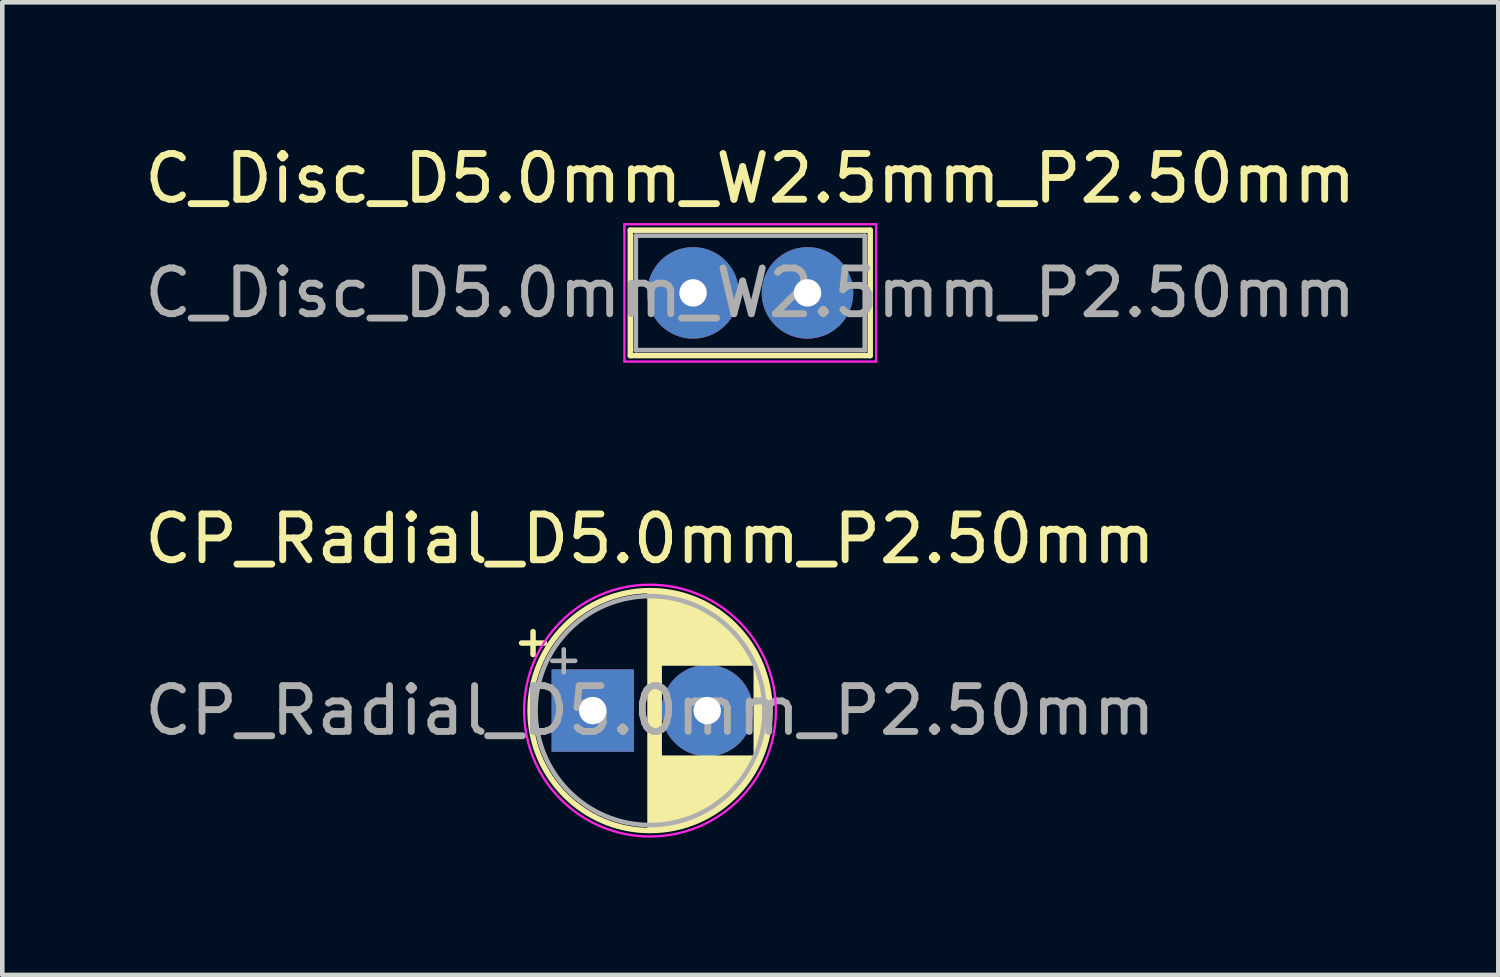
<source format=kicad_pcb>
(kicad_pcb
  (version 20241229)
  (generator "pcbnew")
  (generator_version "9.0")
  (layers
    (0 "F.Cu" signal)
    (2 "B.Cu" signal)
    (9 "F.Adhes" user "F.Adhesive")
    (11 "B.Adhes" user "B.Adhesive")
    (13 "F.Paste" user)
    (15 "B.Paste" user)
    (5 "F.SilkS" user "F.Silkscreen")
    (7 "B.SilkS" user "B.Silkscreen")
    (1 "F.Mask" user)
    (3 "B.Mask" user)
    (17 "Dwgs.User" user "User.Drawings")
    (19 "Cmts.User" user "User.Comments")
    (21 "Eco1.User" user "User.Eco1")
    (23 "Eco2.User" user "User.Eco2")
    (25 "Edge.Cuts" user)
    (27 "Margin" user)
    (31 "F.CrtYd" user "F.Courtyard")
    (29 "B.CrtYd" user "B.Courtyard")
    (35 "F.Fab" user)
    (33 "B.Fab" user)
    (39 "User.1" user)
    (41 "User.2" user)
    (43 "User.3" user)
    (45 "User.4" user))
  (footprint "CP_Radial_D5.0mm_P2.50mm"
    (layer "F.Cu")
    (at 9.899 12.472)
    (property "Reference" "CP_Radial_D5.0mm_P2.50mm" (at 1.25 -3.75 0) (layer "F.SilkS") (effects (font (size 1 1) (thickness 0.15))))
    (attr through_hole)
    (fp_line (start -1.555 -1.475) (end -1.055 -1.475) (stroke (width 0.12) (type solid)) (layer "F.SilkS"))
    (fp_line (start -1.305 -1.725) (end -1.305 -1.225) (stroke (width 0.12) (type solid)) (layer "F.SilkS"))
    (fp_line (start 1.25 -2.58) (end 1.25 2.58) (stroke (width 0.12) (type solid)) (layer "F.SilkS"))
    (fp_line (start 1.29 -2.58) (end 1.29 2.58) (stroke (width 0.12) (type solid)) (layer "F.SilkS"))
    (fp_line (start 1.33 -2.579) (end 1.33 2.579) (stroke (width 0.12) (type solid)) (layer "F.SilkS"))
    (fp_line (start 1.37 -2.578) (end 1.37 2.578) (stroke (width 0.12) (type solid)) (layer "F.SilkS"))
    (fp_line (start 1.41 -2.576) (end 1.41 2.576) (stroke (width 0.12) (type solid)) (layer "F.SilkS"))
    (fp_line (start 1.45 -2.573) (end 1.45 2.573) (stroke (width 0.12) (type solid)) (layer "F.SilkS"))
    (fp_line (start 1.49 -2.569) (end 1.49 -1.04) (stroke (width 0.12) (type solid)) (layer "F.SilkS"))
    (fp_line (start 1.49 1.04) (end 1.49 2.569) (stroke (width 0.12) (type solid)) (layer "F.SilkS"))
    (fp_line (start 1.53 -2.565) (end 1.53 -1.04) (stroke (width 0.12) (type solid)) (layer "F.SilkS"))
    (fp_line (start 1.53 1.04) (end 1.53 2.565) (stroke (width 0.12) (type solid)) (layer "F.SilkS"))
    (fp_line (start 1.57 -2.561) (end 1.57 -1.04) (stroke (width 0.12) (type solid)) (layer "F.SilkS"))
    (fp_line (start 1.57 1.04) (end 1.57 2.561) (stroke (width 0.12) (type solid)) (layer "F.SilkS"))
    (fp_line (start 1.61 -2.556) (end 1.61 -1.04) (stroke (width 0.12) (type solid)) (layer "F.SilkS"))
    (fp_line (start 1.61 1.04) (end 1.61 2.556) (stroke (width 0.12) (type solid)) (layer "F.SilkS"))
    (fp_line (start 1.65 -2.55) (end 1.65 -1.04) (stroke (width 0.12) (type solid)) (layer "F.SilkS"))
    (fp_line (start 1.65 1.04) (end 1.65 2.55) (stroke (width 0.12) (type solid)) (layer "F.SilkS"))
    (fp_line (start 1.69 -2.543) (end 1.69 -1.04) (stroke (width 0.12) (type solid)) (layer "F.SilkS"))
    (fp_line (start 1.69 1.04) (end 1.69 2.543) (stroke (width 0.12) (type solid)) (layer "F.SilkS"))
    (fp_line (start 1.73 -2.536) (end 1.73 -1.04) (stroke (width 0.12) (type solid)) (layer "F.SilkS"))
    (fp_line (start 1.73 1.04) (end 1.73 2.536) (stroke (width 0.12) (type solid)) (layer "F.SilkS"))
    (fp_line (start 1.77 -2.528) (end 1.77 -1.04) (stroke (width 0.12) (type solid)) (layer "F.SilkS"))
    (fp_line (start 1.77 1.04) (end 1.77 2.528) (stroke (width 0.12) (type solid)) (layer "F.SilkS"))
    (fp_line (start 1.81 -2.52) (end 1.81 -1.04) (stroke (width 0.12) (type solid)) (layer "F.SilkS"))
    (fp_line (start 1.81 1.04) (end 1.81 2.52) (stroke (width 0.12) (type solid)) (layer "F.SilkS"))
    (fp_line (start 1.85 -2.511) (end 1.85 -1.04) (stroke (width 0.12) (type solid)) (layer "F.SilkS"))
    (fp_line (start 1.85 1.04) (end 1.85 2.511) (stroke (width 0.12) (type solid)) (layer "F.SilkS"))
    (fp_line (start 1.89 -2.501) (end 1.89 -1.04) (stroke (width 0.12) (type solid)) (layer "F.SilkS"))
    (fp_line (start 1.89 1.04) (end 1.89 2.501) (stroke (width 0.12) (type solid)) (layer "F.SilkS"))
    (fp_line (start 1.93 -2.491) (end 1.93 -1.04) (stroke (width 0.12) (type solid)) (layer "F.SilkS"))
    (fp_line (start 1.93 1.04) (end 1.93 2.491) (stroke (width 0.12) (type solid)) (layer "F.SilkS"))
    (fp_line (start 1.971 -2.48) (end 1.971 -1.04) (stroke (width 0.12) (type solid)) (layer "F.SilkS"))
    (fp_line (start 1.971 1.04) (end 1.971 2.48) (stroke (width 0.12) (type solid)) (layer "F.SilkS"))
    (fp_line (start 2.011 -2.468) (end 2.011 -1.04) (stroke (width 0.12) (type solid)) (layer "F.SilkS"))
    (fp_line (start 2.011 1.04) (end 2.011 2.468) (stroke (width 0.12) (type solid)) (layer "F.SilkS"))
    (fp_line (start 2.051 -2.455) (end 2.051 -1.04) (stroke (width 0.12) (type solid)) (layer "F.SilkS"))
    (fp_line (start 2.051 1.04) (end 2.051 2.455) (stroke (width 0.12) (type solid)) (layer "F.SilkS"))
    (fp_line (start 2.091 -2.442) (end 2.091 -1.04) (stroke (width 0.12) (type solid)) (layer "F.SilkS"))
    (fp_line (start 2.091 1.04) (end 2.091 2.442) (stroke (width 0.12) (type solid)) (layer "F.SilkS"))
    (fp_line (start 2.131 -2.428) (end 2.131 -1.04) (stroke (width 0.12) (type solid)) (layer "F.SilkS"))
    (fp_line (start 2.131 1.04) (end 2.131 2.428) (stroke (width 0.12) (type solid)) (layer "F.SilkS"))
    (fp_line (start 2.171 -2.414) (end 2.171 -1.04) (stroke (width 0.12) (type solid)) (layer "F.SilkS"))
    (fp_line (start 2.171 1.04) (end 2.171 2.414) (stroke (width 0.12) (type solid)) (layer "F.SilkS"))
    (fp_line (start 2.211 -2.398) (end 2.211 -1.04) (stroke (width 0.12) (type solid)) (layer "F.SilkS"))
    (fp_line (start 2.211 1.04) (end 2.211 2.398) (stroke (width 0.12) (type solid)) (layer "F.SilkS"))
    (fp_line (start 2.251 -2.382) (end 2.251 -1.04) (stroke (width 0.12) (type solid)) (layer "F.SilkS"))
    (fp_line (start 2.251 1.04) (end 2.251 2.382) (stroke (width 0.12) (type solid)) (layer "F.SilkS"))
    (fp_line (start 2.291 -2.365) (end 2.291 -1.04) (stroke (width 0.12) (type solid)) (layer "F.SilkS"))
    (fp_line (start 2.291 1.04) (end 2.291 2.365) (stroke (width 0.12) (type solid)) (layer "F.SilkS"))
    (fp_line (start 2.331 -2.348) (end 2.331 -1.04) (stroke (width 0.12) (type solid)) (layer "F.SilkS"))
    (fp_line (start 2.331 1.04) (end 2.331 2.348) (stroke (width 0.12) (type solid)) (layer "F.SilkS"))
    (fp_line (start 2.371 -2.329) (end 2.371 -1.04) (stroke (width 0.12) (type solid)) (layer "F.SilkS"))
    (fp_line (start 2.371 1.04) (end 2.371 2.329) (stroke (width 0.12) (type solid)) (layer "F.SilkS"))
    (fp_line (start 2.411 -2.31) (end 2.411 -1.04) (stroke (width 0.12) (type solid)) (layer "F.SilkS"))
    (fp_line (start 2.411 1.04) (end 2.411 2.31) (stroke (width 0.12) (type solid)) (layer "F.SilkS"))
    (fp_line (start 2.451 -2.29) (end 2.451 -1.04) (stroke (width 0.12) (type solid)) (layer "F.SilkS"))
    (fp_line (start 2.451 1.04) (end 2.451 2.29) (stroke (width 0.12) (type solid)) (layer "F.SilkS"))
    (fp_line (start 2.491 -2.268) (end 2.491 -1.04) (stroke (width 0.12) (type solid)) (layer "F.SilkS"))
    (fp_line (start 2.491 1.04) (end 2.491 2.268) (stroke (width 0.12) (type solid)) (layer "F.SilkS"))
    (fp_line (start 2.531 -2.247) (end 2.531 -1.04) (stroke (width 0.12) (type solid)) (layer "F.SilkS"))
    (fp_line (start 2.531 1.04) (end 2.531 2.247) (stroke (width 0.12) (type solid)) (layer "F.SilkS"))
    (fp_line (start 2.571 -2.224) (end 2.571 -1.04) (stroke (width 0.12) (type solid)) (layer "F.SilkS"))
    (fp_line (start 2.571 1.04) (end 2.571 2.224) (stroke (width 0.12) (type solid)) (layer "F.SilkS"))
    (fp_line (start 2.611 -2.2) (end 2.611 -1.04) (stroke (width 0.12) (type solid)) (layer "F.SilkS"))
    (fp_line (start 2.611 1.04) (end 2.611 2.2) (stroke (width 0.12) (type solid)) (layer "F.SilkS"))
    (fp_line (start 2.651 -2.175) (end 2.651 -1.04) (stroke (width 0.12) (type solid)) (layer "F.SilkS"))
    (fp_line (start 2.651 1.04) (end 2.651 2.175) (stroke (width 0.12) (type solid)) (layer "F.SilkS"))
    (fp_line (start 2.691 -2.149) (end 2.691 -1.04) (stroke (width 0.12) (type solid)) (layer "F.SilkS"))
    (fp_line (start 2.691 1.04) (end 2.691 2.149) (stroke (width 0.12) (type solid)) (layer "F.SilkS"))
    (fp_line (start 2.731 -2.122) (end 2.731 -1.04) (stroke (width 0.12) (type solid)) (layer "F.SilkS"))
    (fp_line (start 2.731 1.04) (end 2.731 2.122) (stroke (width 0.12) (type solid)) (layer "F.SilkS"))
    (fp_line (start 2.771 -2.095) (end 2.771 -1.04) (stroke (width 0.12) (type solid)) (layer "F.SilkS"))
    (fp_line (start 2.771 1.04) (end 2.771 2.095) (stroke (width 0.12) (type solid)) (layer "F.SilkS"))
    (fp_line (start 2.811 -2.065) (end 2.811 -1.04) (stroke (width 0.12) (type solid)) (layer "F.SilkS"))
    (fp_line (start 2.811 1.04) (end 2.811 2.065) (stroke (width 0.12) (type solid)) (layer "F.SilkS"))
    (fp_line (start 2.851 -2.035) (end 2.851 -1.04) (stroke (width 0.12) (type solid)) (layer "F.SilkS"))
    (fp_line (start 2.851 1.04) (end 2.851 2.035) (stroke (width 0.12) (type solid)) (layer "F.SilkS"))
    (fp_line (start 2.891 -2.004) (end 2.891 -1.04) (stroke (width 0.12) (type solid)) (layer "F.SilkS"))
    (fp_line (start 2.891 1.04) (end 2.891 2.004) (stroke (width 0.12) (type solid)) (layer "F.SilkS"))
    (fp_line (start 2.931 -1.971) (end 2.931 -1.04) (stroke (width 0.12) (type solid)) (layer "F.SilkS"))
    (fp_line (start 2.931 1.04) (end 2.931 1.971) (stroke (width 0.12) (type solid)) (layer "F.SilkS"))
    (fp_line (start 2.971 -1.937) (end 2.971 -1.04) (stroke (width 0.12) (type solid)) (layer "F.SilkS"))
    (fp_line (start 2.971 1.04) (end 2.971 1.937) (stroke (width 0.12) (type solid)) (layer "F.SilkS"))
    (fp_line (start 3.011 -1.901) (end 3.011 -1.04) (stroke (width 0.12) (type solid)) (layer "F.SilkS"))
    (fp_line (start 3.011 1.04) (end 3.011 1.901) (stroke (width 0.12) (type solid)) (layer "F.SilkS"))
    (fp_line (start 3.051 -1.864) (end 3.051 -1.04) (stroke (width 0.12) (type solid)) (layer "F.SilkS"))
    (fp_line (start 3.051 1.04) (end 3.051 1.864) (stroke (width 0.12) (type solid)) (layer "F.SilkS"))
    (fp_line (start 3.091 -1.826) (end 3.091 -1.04) (stroke (width 0.12) (type solid)) (layer "F.SilkS"))
    (fp_line (start 3.091 1.04) (end 3.091 1.826) (stroke (width 0.12) (type solid)) (layer "F.SilkS"))
    (fp_line (start 3.131 -1.785) (end 3.131 -1.04) (stroke (width 0.12) (type solid)) (layer "F.SilkS"))
    (fp_line (start 3.131 1.04) (end 3.131 1.785) (stroke (width 0.12) (type solid)) (layer "F.SilkS"))
    (fp_line (start 3.171 -1.743) (end 3.171 -1.04) (stroke (width 0.12) (type solid)) (layer "F.SilkS"))
    (fp_line (start 3.171 1.04) (end 3.171 1.743) (stroke (width 0.12) (type solid)) (layer "F.SilkS"))
    (fp_line (start 3.211 -1.699) (end 3.211 -1.04) (stroke (width 0.12) (type solid)) (layer "F.SilkS"))
    (fp_line (start 3.211 1.04) (end 3.211 1.699) (stroke (width 0.12) (type solid)) (layer "F.SilkS"))
    (fp_line (start 3.251 -1.653) (end 3.251 -1.04) (stroke (width 0.12) (type solid)) (layer "F.SilkS"))
    (fp_line (start 3.251 1.04) (end 3.251 1.653) (stroke (width 0.12) (type solid)) (layer "F.SilkS"))
    (fp_line (start 3.291 -1.605) (end 3.291 -1.04) (stroke (width 0.12) (type solid)) (layer "F.SilkS"))
    (fp_line (start 3.291 1.04) (end 3.291 1.605) (stroke (width 0.12) (type solid)) (layer "F.SilkS"))
    (fp_line (start 3.331 -1.554) (end 3.331 -1.04) (stroke (width 0.12) (type solid)) (layer "F.SilkS"))
    (fp_line (start 3.331 1.04) (end 3.331 1.554) (stroke (width 0.12) (type solid)) (layer "F.SilkS"))
    (fp_line (start 3.371 -1.5) (end 3.371 -1.04) (stroke (width 0.12) (type solid)) (layer "F.SilkS"))
    (fp_line (start 3.371 1.04) (end 3.371 1.5) (stroke (width 0.12) (type solid)) (layer "F.SilkS"))
    (fp_line (start 3.411 -1.443) (end 3.411 -1.04) (stroke (width 0.12) (type solid)) (layer "F.SilkS"))
    (fp_line (start 3.411 1.04) (end 3.411 1.443) (stroke (width 0.12) (type solid)) (layer "F.SilkS"))
    (fp_line (start 3.451 -1.383) (end 3.451 -1.04) (stroke (width 0.12) (type solid)) (layer "F.SilkS"))
    (fp_line (start 3.451 1.04) (end 3.451 1.383) (stroke (width 0.12) (type solid)) (layer "F.SilkS"))
    (fp_line (start 3.491 -1.319) (end 3.491 -1.04) (stroke (width 0.12) (type solid)) (layer "F.SilkS"))
    (fp_line (start 3.491 1.04) (end 3.491 1.319) (stroke (width 0.12) (type solid)) (layer "F.SilkS"))
    (fp_line (start 3.531 -1.251) (end 3.531 -1.04) (stroke (width 0.12) (type solid)) (layer "F.SilkS"))
    (fp_line (start 3.531 1.04) (end 3.531 1.251) (stroke (width 0.12) (type solid)) (layer "F.SilkS"))
    (fp_line (start 3.571 -1.178) (end 3.571 1.178) (stroke (width 0.12) (type solid)) (layer "F.SilkS"))
    (fp_line (start 3.611 -1.098) (end 3.611 1.098) (stroke (width 0.12) (type solid)) (layer "F.SilkS"))
    (fp_line (start 3.651 -1.011) (end 3.651 1.011) (stroke (width 0.12) (type solid)) (layer "F.SilkS"))
    (fp_line (start 3.691 -0.915) (end 3.691 0.915) (stroke (width 0.12) (type solid)) (layer "F.SilkS"))
    (fp_line (start 3.731 -0.805) (end 3.731 0.805) (stroke (width 0.12) (type solid)) (layer "F.SilkS"))
    (fp_line (start 3.771 -0.677) (end 3.771 0.677) (stroke (width 0.12) (type solid)) (layer "F.SilkS"))
    (fp_line (start 3.811 -0.518) (end 3.811 0.518) (stroke (width 0.12) (type solid)) (layer "F.SilkS"))
    (fp_line (start 3.851 -0.284) (end 3.851 0.284) (stroke (width 0.12) (type solid)) (layer "F.SilkS"))
    (fp_circle (center 1.25 0) (end 3.87 0) (stroke (width 0.12) (type solid)) (fill no) (layer "F.SilkS"))
    (fp_circle (center 1.25 0) (end 4 0) (stroke (width 0.05) (type solid)) (fill no) (layer "F.CrtYd"))
    (fp_line (start -0.884 -1.087) (end -0.384 -1.087) (stroke (width 0.1) (type solid)) (layer "F.Fab"))
    (fp_line (start -0.634 -1.337) (end -0.634 -0.838) (stroke (width 0.1) (type solid)) (layer "F.Fab"))
    (fp_circle (center 1.25 0) (end 3.75 0) (stroke (width 0.1) (type solid)) (fill no) (layer "F.Fab"))
    (fp_text user "${REFERENCE}" (at 1.25 0 0) (layer "F.Fab") (effects (font (size 1 1) (thickness 0.15))))
    (pad "1" thru_hole rect (at 0 0) (size 1.8 1.8) (drill 0.6) (layers "*.Cu" "*.Mask"))
    (pad "2" thru_hole circle (at 2.5 0) (size 2 2) (drill 0.6) (layers "*.Cu" "*.Mask")))
  (footprint "C_Disc_D5.0mm_W2.5mm_P2.50mm"
    (layer "F.Cu")
    (at 12.089 3.348)
    (property "Reference" "C_Disc_D5.0mm_W2.5mm_P2.50mm" (at 1.25 -2.5 0) (layer "F.SilkS") (effects (font (size 1 1) (thickness 0.15))))
    (attr through_hole)
    (fp_line (start -1.37 -1.37) (end -1.37 1.37) (stroke (width 0.12) (type solid)) (layer "F.SilkS"))
    (fp_line (start -1.37 -1.37) (end 3.87 -1.37) (stroke (width 0.12) (type solid)) (layer "F.SilkS"))
    (fp_line (start -1.37 1.37) (end 3.87 1.37) (stroke (width 0.12) (type solid)) (layer "F.SilkS"))
    (fp_line (start 3.87 -1.37) (end 3.87 1.37) (stroke (width 0.12) (type solid)) (layer "F.SilkS"))
    (fp_line (start -1.5 -1.5) (end -1.5 1.5) (stroke (width 0.05) (type solid)) (layer "F.CrtYd"))
    (fp_line (start -1.5 1.5) (end 4 1.5) (stroke (width 0.05) (type solid)) (layer "F.CrtYd"))
    (fp_line (start 4 -1.5) (end -1.5 -1.5) (stroke (width 0.05) (type solid)) (layer "F.CrtYd"))
    (fp_line (start 4 1.5) (end 4 -1.5) (stroke (width 0.05) (type solid)) (layer "F.CrtYd"))
    (fp_line (start -1.25 -1.25) (end -1.25 1.25) (stroke (width 0.1) (type solid)) (layer "F.Fab"))
    (fp_line (start -1.25 1.25) (end 3.75 1.25) (stroke (width 0.1) (type solid)) (layer "F.Fab"))
    (fp_line (start 3.75 -1.25) (end -1.25 -1.25) (stroke (width 0.1) (type solid)) (layer "F.Fab"))
    (fp_line (start 3.75 1.25) (end 3.75 -1.25) (stroke (width 0.1) (type solid)) (layer "F.Fab"))
    (fp_text user "${REFERENCE}" (at 1.25 0 0) (layer "F.Fab") (effects (font (size 1 1) (thickness 0.15))))
    (pad "1" thru_hole circle (at 0 0) (size 2 2) (drill 0.6) (layers "*.Cu" "*.Mask"))
    (pad "2" thru_hole circle (at 2.5 0) (size 2 2) (drill 0.6) (layers "*.Cu" "*.Mask")))
  (gr_rect
    (start -3 -3)
    (end 29.679 18.247)
    (stroke (width 0.1) (type default))
    (fill no)
    (layer "Edge.Cuts")))
</source>
